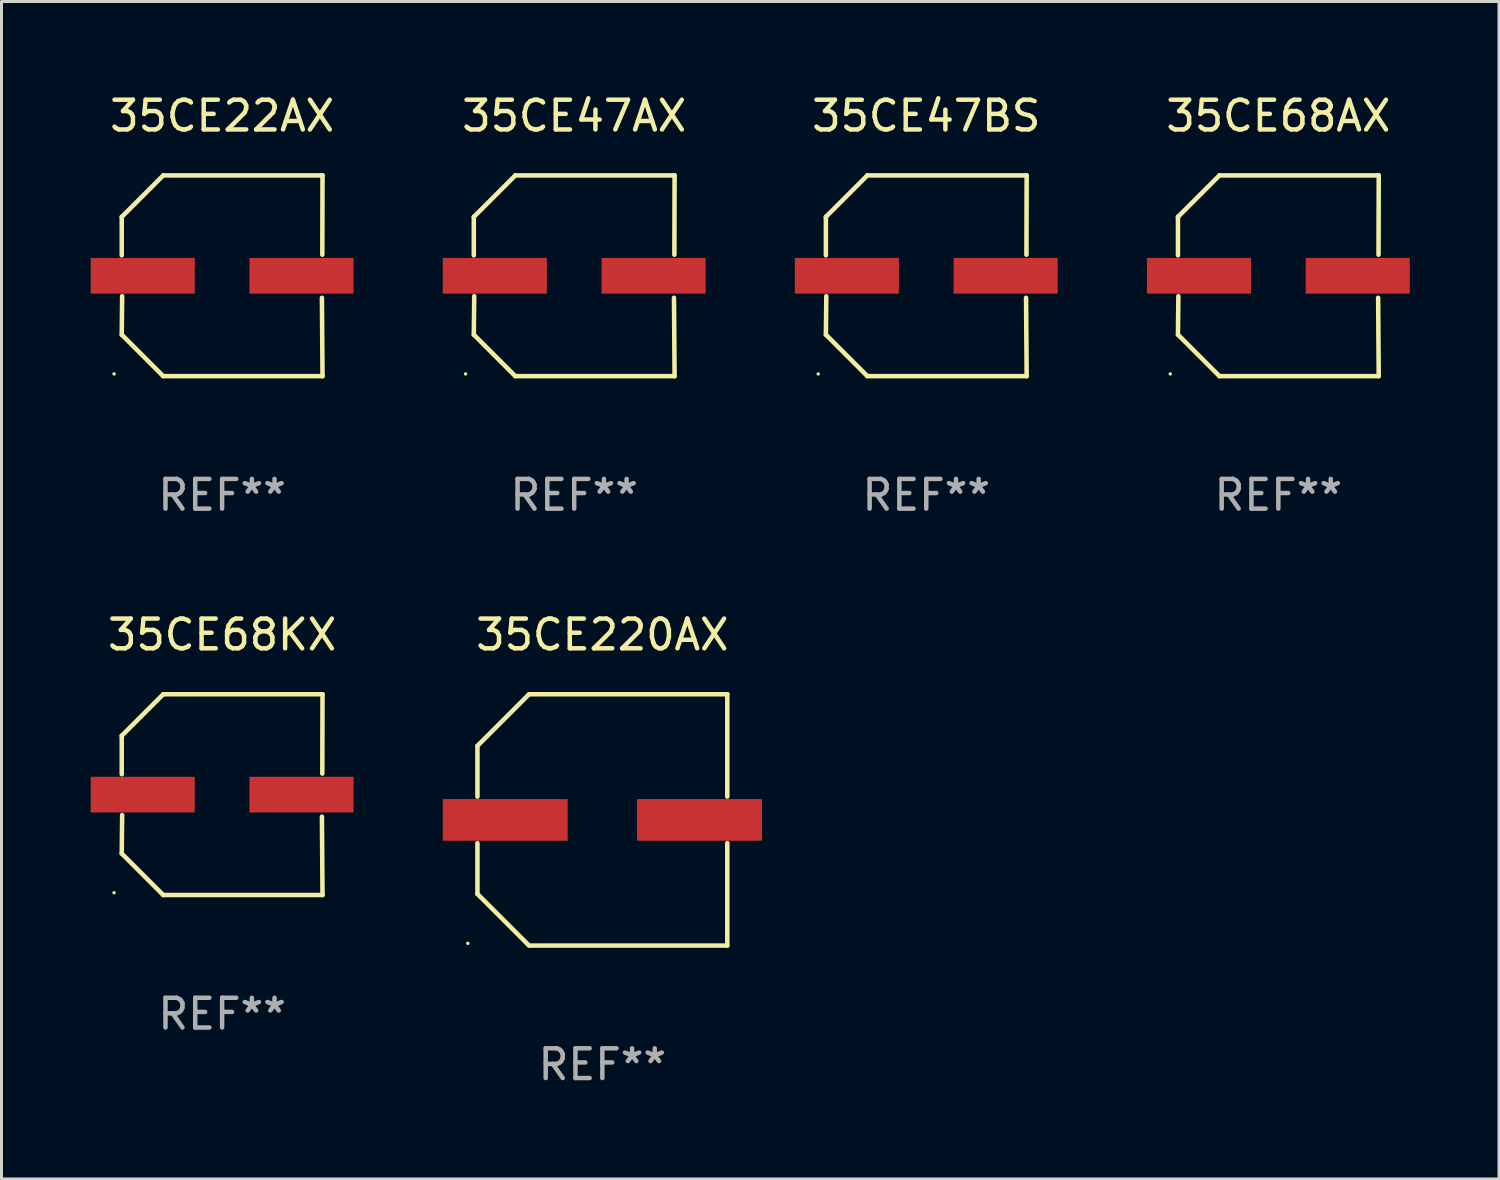
<source format=kicad_pcb>
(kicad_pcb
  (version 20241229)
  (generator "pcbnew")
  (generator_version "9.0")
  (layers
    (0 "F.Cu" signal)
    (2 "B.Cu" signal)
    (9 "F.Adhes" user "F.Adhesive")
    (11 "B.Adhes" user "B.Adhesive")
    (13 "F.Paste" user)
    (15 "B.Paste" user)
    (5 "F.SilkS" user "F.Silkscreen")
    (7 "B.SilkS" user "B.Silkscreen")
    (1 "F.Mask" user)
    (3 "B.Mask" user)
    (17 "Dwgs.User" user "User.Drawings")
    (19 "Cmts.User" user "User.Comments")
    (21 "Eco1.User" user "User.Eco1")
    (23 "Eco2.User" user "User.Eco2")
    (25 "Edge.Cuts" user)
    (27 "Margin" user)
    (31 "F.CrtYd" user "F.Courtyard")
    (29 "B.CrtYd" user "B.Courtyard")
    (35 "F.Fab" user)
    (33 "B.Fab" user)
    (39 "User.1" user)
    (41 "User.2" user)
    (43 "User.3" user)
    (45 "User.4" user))
  (footprint "35CE22AX"
    (layer "F.Cu")
    (at 4.42 6.224)
    (property "Reference" "35CE22AX" (at 0 -5.376 0) (layer "F.SilkS") (effects (font (size 1 1) (thickness 0.15))))
    (attr through_hole)
    (fp_line (start -3.376 -1.98) (end -3.376 -0.686) (stroke (width 0.152) (type solid)) (layer "F.SilkS"))
    (fp_line (start -3.376 1.981) (end -3.362 0.686) (stroke (width 0.152) (type solid)) (layer "F.SilkS"))
    (fp_line (start -1.981 3.376) (end -3.376 1.981) (stroke (width 0.152) (type solid)) (layer "F.SilkS"))
    (fp_line (start -1.98 -3.376) (end -3.376 -1.98) (stroke (width 0.152) (type solid)) (layer "F.SilkS"))
    (fp_line (start 3.356 0.74) (end 3.376 3.376) (stroke (width 0.152) (type solid)) (layer "F.SilkS"))
    (fp_line (start 3.369 -0.707) (end 3.376 -3.376) (stroke (width 0.152) (type solid)) (layer "F.SilkS"))
    (fp_line (start 3.376 3.376) (end -1.981 3.376) (stroke (width 0.152) (type solid)) (layer "F.SilkS"))
    (fp_line (start 3.376 -3.376) (end -1.98 -3.376) (stroke (width 0.152) (type solid)) (layer "F.SilkS"))
    (fp_circle (center -3.634 3.3) (end -3.604 3.3) (stroke (width 0.06) (type solid)) (fill no) (layer "F.SilkS"))
    (fp_text user "REF**" (at 0 7.376 0) (layer "F.Fab") (effects (font (size 1 1) (thickness 0.15))))
    (pad "1" smd rect (at -2.67 0.000254) (size 3.5 1.2) (layers "F.Cu" "F.Mask" "F.Paste"))
    (pad "2" smd rect (at 2.67 0.000254) (size 3.5 1.2) (layers "F.Cu" "F.Mask" "F.Paste")))
  (footprint "35CE47BS"
    (layer "F.Cu")
    (at 28.1 6.224)
    (property "Reference" "35CE47BS" (at 0 -5.376 0) (layer "F.SilkS") (effects (font (size 1 1) (thickness 0.15))))
    (attr through_hole)
    (fp_line (start -3.376 -1.98) (end -3.376 -0.686) (stroke (width 0.152) (type solid)) (layer "F.SilkS"))
    (fp_line (start -3.376 1.981) (end -3.362 0.686) (stroke (width 0.152) (type solid)) (layer "F.SilkS"))
    (fp_line (start -1.981 3.376) (end -3.376 1.981) (stroke (width 0.152) (type solid)) (layer "F.SilkS"))
    (fp_line (start -1.98 -3.376) (end -3.376 -1.98) (stroke (width 0.152) (type solid)) (layer "F.SilkS"))
    (fp_line (start 3.356 0.74) (end 3.376 3.376) (stroke (width 0.152) (type solid)) (layer "F.SilkS"))
    (fp_line (start 3.369 -0.707) (end 3.376 -3.376) (stroke (width 0.152) (type solid)) (layer "F.SilkS"))
    (fp_line (start 3.376 3.376) (end -1.981 3.376) (stroke (width 0.152) (type solid)) (layer "F.SilkS"))
    (fp_line (start 3.376 -3.376) (end -1.98 -3.376) (stroke (width 0.152) (type solid)) (layer "F.SilkS"))
    (fp_circle (center -3.634 3.3) (end -3.604 3.3) (stroke (width 0.06) (type solid)) (fill no) (layer "F.SilkS"))
    (fp_text user "REF**" (at 0 7.376 0) (layer "F.Fab") (effects (font (size 1 1) (thickness 0.15))))
    (pad "1" smd rect (at -2.67 0.000254) (size 3.5 1.2) (layers "F.Cu" "F.Mask" "F.Paste"))
    (pad "2" smd rect (at 2.67 0.000254) (size 3.5 1.2) (layers "F.Cu" "F.Mask" "F.Paste")))
  (footprint "35CE68AX"
    (layer "F.Cu")
    (at 39.94 6.224)
    (property "Reference" "35CE68AX" (at 0 -5.376 0) (layer "F.SilkS") (effects (font (size 1 1) (thickness 0.15))))
    (attr through_hole)
    (fp_line (start -3.376 -1.98) (end -3.376 -0.686) (stroke (width 0.152) (type solid)) (layer "F.SilkS"))
    (fp_line (start -3.376 1.981) (end -3.362 0.686) (stroke (width 0.152) (type solid)) (layer "F.SilkS"))
    (fp_line (start -1.981 3.376) (end -3.376 1.981) (stroke (width 0.152) (type solid)) (layer "F.SilkS"))
    (fp_line (start -1.98 -3.376) (end -3.376 -1.98) (stroke (width 0.152) (type solid)) (layer "F.SilkS"))
    (fp_line (start 3.356 0.74) (end 3.376 3.376) (stroke (width 0.152) (type solid)) (layer "F.SilkS"))
    (fp_line (start 3.369 -0.707) (end 3.376 -3.376) (stroke (width 0.152) (type solid)) (layer "F.SilkS"))
    (fp_line (start 3.376 3.376) (end -1.981 3.376) (stroke (width 0.152) (type solid)) (layer "F.SilkS"))
    (fp_line (start 3.376 -3.376) (end -1.98 -3.376) (stroke (width 0.152) (type solid)) (layer "F.SilkS"))
    (fp_circle (center -3.634 3.3) (end -3.604 3.3) (stroke (width 0.06) (type solid)) (fill no) (layer "F.SilkS"))
    (fp_text user "REF**" (at 0 7.376 0) (layer "F.Fab") (effects (font (size 1 1) (thickness 0.15))))
    (pad "1" smd rect (at -2.67 0.000254) (size 3.5 1.2) (layers "F.Cu" "F.Mask" "F.Paste"))
    (pad "2" smd rect (at 2.67 0.000254) (size 3.5 1.2) (layers "F.Cu" "F.Mask" "F.Paste")))
  (footprint "35CE68KX"
    (layer "F.Cu")
    (at 4.42 23.673)
    (property "Reference" "35CE68KX" (at 0 -5.376 0) (layer "F.SilkS") (effects (font (size 1 1) (thickness 0.15))))
    (attr through_hole)
    (fp_line (start -3.376 -1.98) (end -3.376 -0.686) (stroke (width 0.152) (type solid)) (layer "F.SilkS"))
    (fp_line (start -3.376 1.981) (end -3.362 0.686) (stroke (width 0.152) (type solid)) (layer "F.SilkS"))
    (fp_line (start -1.981 3.376) (end -3.376 1.981) (stroke (width 0.152) (type solid)) (layer "F.SilkS"))
    (fp_line (start -1.98 -3.376) (end -3.376 -1.98) (stroke (width 0.152) (type solid)) (layer "F.SilkS"))
    (fp_line (start 3.356 0.74) (end 3.376 3.376) (stroke (width 0.152) (type solid)) (layer "F.SilkS"))
    (fp_line (start 3.369 -0.707) (end 3.376 -3.376) (stroke (width 0.152) (type solid)) (layer "F.SilkS"))
    (fp_line (start 3.376 3.376) (end -1.981 3.376) (stroke (width 0.152) (type solid)) (layer "F.SilkS"))
    (fp_line (start 3.376 -3.376) (end -1.98 -3.376) (stroke (width 0.152) (type solid)) (layer "F.SilkS"))
    (fp_circle (center -3.634 3.3) (end -3.604 3.3) (stroke (width 0.06) (type solid)) (fill no) (layer "F.SilkS"))
    (fp_text user "REF**" (at 0 7.376 0) (layer "F.Fab") (effects (font (size 1 1) (thickness 0.15))))
    (pad "1" smd rect (at -2.67 0.000254) (size 3.5 1.2) (layers "F.Cu" "F.Mask" "F.Paste"))
    (pad "2" smd rect (at 2.67 0.000254) (size 3.5 1.2) (layers "F.Cu" "F.Mask" "F.Paste")))
  (footprint "35CE47AX"
    (layer "F.Cu")
    (at 16.26 6.224)
    (property "Reference" "35CE47AX" (at 0 -5.376 0) (layer "F.SilkS") (effects (font (size 1 1) (thickness 0.15))))
    (attr through_hole)
    (fp_line (start -3.376 -1.98) (end -3.376 -0.686) (stroke (width 0.152) (type solid)) (layer "F.SilkS"))
    (fp_line (start -3.376 1.981) (end -3.362 0.686) (stroke (width 0.152) (type solid)) (layer "F.SilkS"))
    (fp_line (start -1.981 3.376) (end -3.376 1.981) (stroke (width 0.152) (type solid)) (layer "F.SilkS"))
    (fp_line (start -1.98 -3.376) (end -3.376 -1.98) (stroke (width 0.152) (type solid)) (layer "F.SilkS"))
    (fp_line (start 3.356 0.74) (end 3.376 3.376) (stroke (width 0.152) (type solid)) (layer "F.SilkS"))
    (fp_line (start 3.369 -0.707) (end 3.376 -3.376) (stroke (width 0.152) (type solid)) (layer "F.SilkS"))
    (fp_line (start 3.376 3.376) (end -1.981 3.376) (stroke (width 0.152) (type solid)) (layer "F.SilkS"))
    (fp_line (start 3.376 -3.376) (end -1.98 -3.376) (stroke (width 0.152) (type solid)) (layer "F.SilkS"))
    (fp_circle (center -3.652 3.3) (end -3.622 3.3) (stroke (width 0.06) (type solid)) (fill no) (layer "F.SilkS"))
    (fp_text user "REF**" (at 0 7.376 0) (layer "F.Fab") (effects (font (size 1 1) (thickness 0.15))))
    (pad "1" smd rect (at -2.67 0.000229) (size 3.5 1.2) (layers "F.Cu" "F.Mask" "F.Paste"))
    (pad "2" smd rect (at 2.67 0.000229) (size 3.5 1.2) (layers "F.Cu" "F.Mask" "F.Paste")))
  (footprint "35CE220AX"
    (layer "F.Cu")
    (at 17.207 24.523)
    (property "Reference" "35CE220AX" (at 0 -6.226 0) (layer "F.SilkS") (effects (font (size 1 1) (thickness 0.15))))
    (attr through_hole)
    (fp_line (start -4.201 -2.49) (end -4.201 -0.782) (stroke (width 0.152) (type solid)) (layer "F.SilkS"))
    (fp_line (start -4.201 2.49) (end -4.201 0.782) (stroke (width 0.152) (type solid)) (layer "F.SilkS"))
    (fp_line (start -2.465 -4.226) (end -4.201 -2.49) (stroke (width 0.152) (type solid)) (layer "F.SilkS"))
    (fp_line (start -2.465 4.226) (end -4.201 2.49) (stroke (width 0.152) (type solid)) (layer "F.SilkS"))
    (fp_line (start 4.201 -4.226) (end -2.465 -4.226) (stroke (width 0.152) (type solid)) (layer "F.SilkS"))
    (fp_line (start 4.201 -0.782) (end 4.201 -4.226) (stroke (width 0.152) (type solid)) (layer "F.SilkS"))
    (fp_line (start 4.201 0.782) (end 4.201 4.226) (stroke (width 0.152) (type solid)) (layer "F.SilkS"))
    (fp_line (start 4.201 4.226) (end -2.465 4.226) (stroke (width 0.152) (type solid)) (layer "F.SilkS"))
    (fp_circle (center -4.524 4.15) (end -4.494 4.15) (stroke (width 0.06) (type solid)) (fill no) (layer "F.SilkS"))
    (fp_text user "REF**" (at 0 8.226 0) (layer "F.Fab") (effects (font (size 1 1) (thickness 0.15))))
    (pad "1" smd rect (at -3.267 0) (size 4.2 1.4) (layers "F.Cu" "F.Mask" "F.Paste"))
    (pad "2" smd rect (at 3.267 0) (size 4.2 1.4) (layers "F.Cu" "F.Mask" "F.Paste")))
  (gr_rect
    (start -3 -3)
    (end 47.36 36.597)
    (stroke (width 0.1) (type default))
    (fill no)
    (layer "Edge.Cuts")))
</source>
